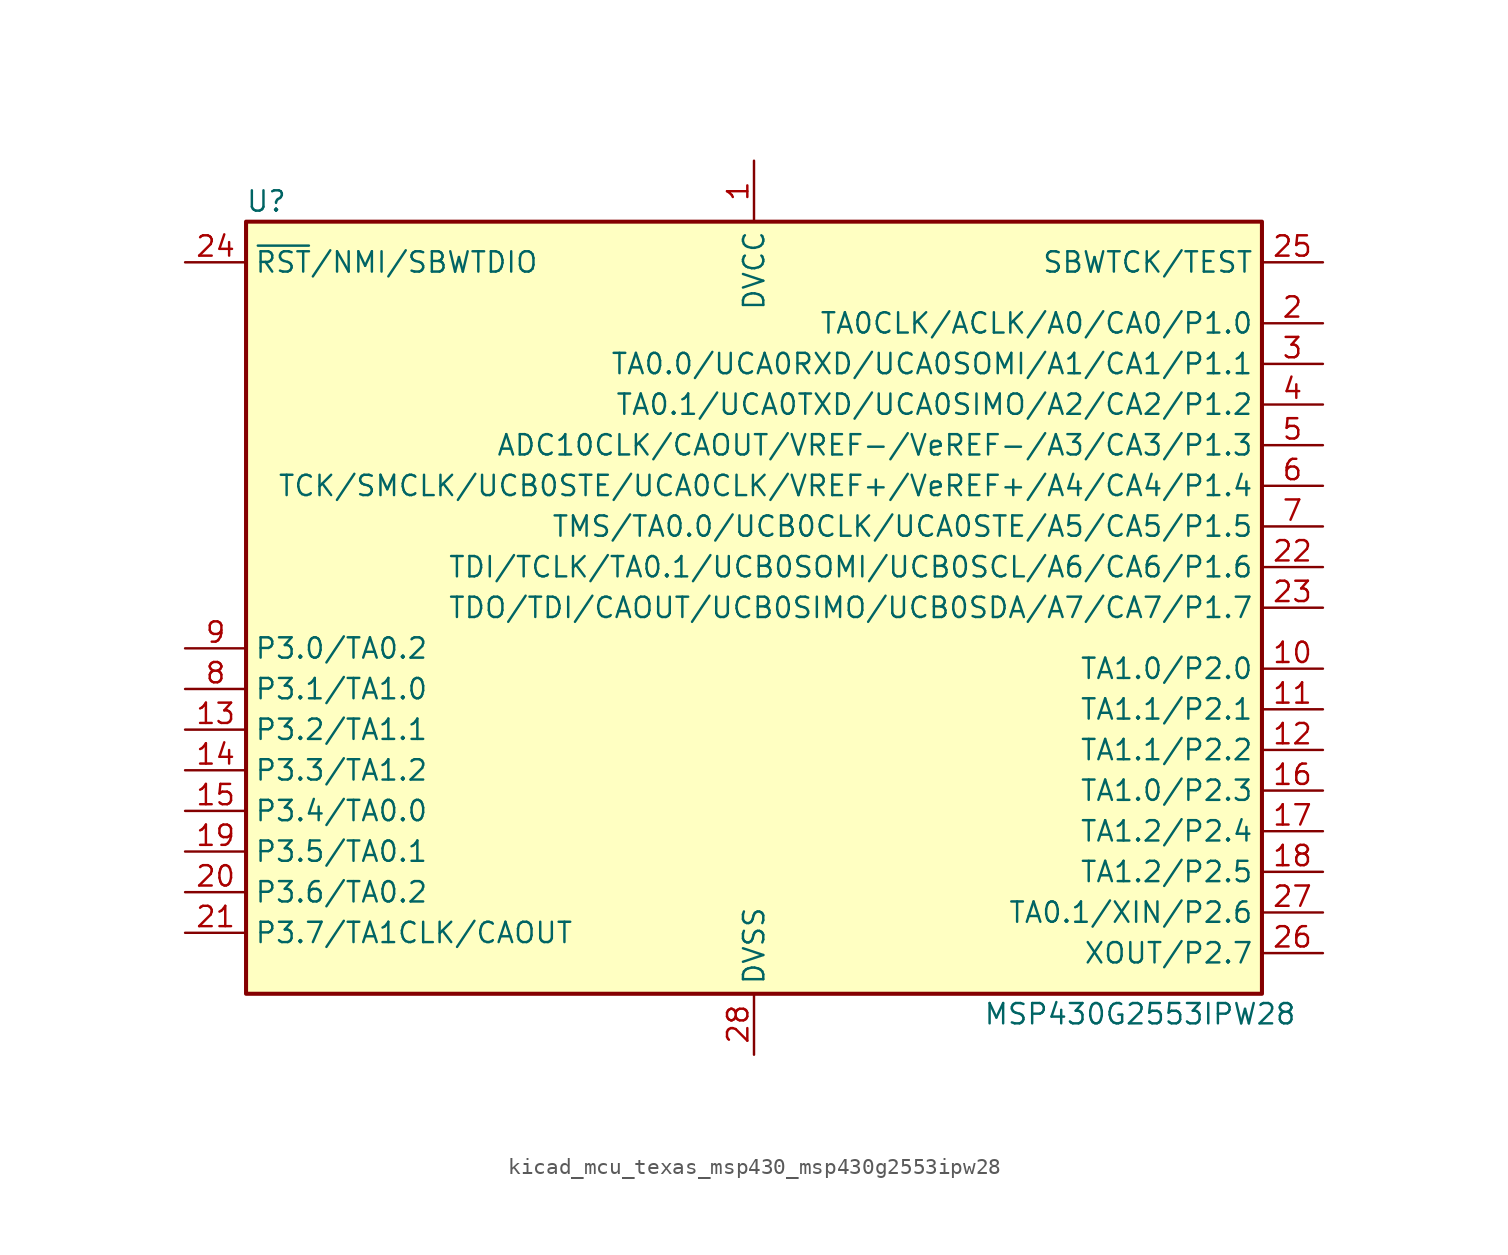
<source format=kicad_sym>
(kicad_symbol_lib
  (version 20220914)
  (generator kicad_symbol_editor)
  (symbol "kicad_mcu_texas_msp430_msp430g2553ipw28"
    (property "Reference" "U"
      (at -30.48 25.4 0)
      (effects (font (size 1.27 1.27))))
    (property "Value" "MSP430G2553IPW28"
      (at 24.13 -25.4 0)
      (effects (font (size 1.27 1.27))))
    (symbol "kicad_mcu_texas_msp430_msp430g2553ipw28_0_1"
      (rectangle (start -31.75 24.13) (end 31.75 -24.13) (stroke (width 0.254) (type default)) (fill (type background))))
    (symbol "kicad_mcu_texas_msp430_msp430g2553ipw28_1_1"
      (pin power_in line (at 0 27.94 270) (length 3.81) (name "DVCC" (effects (font (size 1.27 1.27)))) (number "1" (effects (font (size 1.27 1.27)))))
      (pin bidirectional line (at 35.56 -3.81 180) (length 3.81) (name "TA1.0/P2.0" (effects (font (size 1.27 1.27)))) (number "10" (effects (font (size 1.27 1.27)))))
      (pin bidirectional line (at 35.56 -6.35 180) (length 3.81) (name "TA1.1/P2.1" (effects (font (size 1.27 1.27)))) (number "11" (effects (font (size 1.27 1.27)))))
      (pin bidirectional line (at 35.56 -8.89 180) (length 3.81) (name "TA1.1/P2.2" (effects (font (size 1.27 1.27)))) (number "12" (effects (font (size 1.27 1.27)))))
      (pin bidirectional line (at -35.56 -7.62 0) (length 3.81) (name "P3.2/TA1.1" (effects (font (size 1.27 1.27)))) (number "13" (effects (font (size 1.27 1.27)))))
      (pin bidirectional line (at -35.56 -10.16 0) (length 3.81) (name "P3.3/TA1.2" (effects (font (size 1.27 1.27)))) (number "14" (effects (font (size 1.27 1.27)))))
      (pin bidirectional line (at -35.56 -12.7 0) (length 3.81) (name "P3.4/TA0.0" (effects (font (size 1.27 1.27)))) (number "15" (effects (font (size 1.27 1.27)))))
      (pin bidirectional line (at 35.56 -11.43 180) (length 3.81) (name "TA1.0/P2.3" (effects (font (size 1.27 1.27)))) (number "16" (effects (font (size 1.27 1.27)))))
      (pin bidirectional line (at 35.56 -13.97 180) (length 3.81) (name "TA1.2/P2.4" (effects (font (size 1.27 1.27)))) (number "17" (effects (font (size 1.27 1.27)))))
      (pin bidirectional line (at 35.56 -16.51 180) (length 3.81) (name "TA1.2/P2.5" (effects (font (size 1.27 1.27)))) (number "18" (effects (font (size 1.27 1.27)))))
      (pin bidirectional line (at -35.56 -15.24 0) (length 3.81) (name "P3.5/TA0.1" (effects (font (size 1.27 1.27)))) (number "19" (effects (font (size 1.27 1.27)))))
      (pin bidirectional line (at 35.56 17.78 180) (length 3.81) (name "TA0CLK/ACLK/A0/CA0/P1.0" (effects (font (size 1.27 1.27)))) (number "2" (effects (font (size 1.27 1.27)))))
      (pin bidirectional line (at -35.56 -17.78 0) (length 3.81) (name "P3.6/TA0.2" (effects (font (size 1.27 1.27)))) (number "20" (effects (font (size 1.27 1.27)))))
      (pin bidirectional line (at -35.56 -20.32 0) (length 3.81) (name "P3.7/TA1CLK/CAOUT" (effects (font (size 1.27 1.27)))) (number "21" (effects (font (size 1.27 1.27)))))
      (pin bidirectional line (at 35.56 2.54 180) (length 3.81) (name "TDI/TCLK/TA0.1/UCB0SOMI/UCB0SCL/A6/CA6/P1.6" (effects (font (size 1.27 1.27)))) (number "22" (effects (font (size 1.27 1.27)))))
      (pin bidirectional line (at 35.56 0 180) (length 3.81) (name "TDO/TDI/CAOUT/UCB0SIMO/UCB0SDA/A7/CA7/P1.7" (effects (font (size 1.27 1.27)))) (number "23" (effects (font (size 1.27 1.27)))))
      (pin input line (at -35.56 21.59 0) (length 3.81) (name "~{RST}/NMI/SBWTDIO" (effects (font (size 1.27 1.27)))) (number "24" (effects (font (size 1.27 1.27)))))
      (pin input line (at 35.56 21.59 180) (length 3.81) (name "SBWTCK/TEST" (effects (font (size 1.27 1.27)))) (number "25" (effects (font (size 1.27 1.27)))))
      (pin bidirectional line (at 35.56 -21.59 180) (length 3.81) (name "XOUT/P2.7" (effects (font (size 1.27 1.27)))) (number "26" (effects (font (size 1.27 1.27)))))
      (pin bidirectional line (at 35.56 -19.05 180) (length 3.81) (name "TA0.1/XIN/P2.6" (effects (font (size 1.27 1.27)))) (number "27" (effects (font (size 1.27 1.27)))))
      (pin power_in line (at 0 -27.94 90) (length 3.81) (name "DVSS" (effects (font (size 1.27 1.27)))) (number "28" (effects (font (size 1.27 1.27)))))
      (pin bidirectional line (at 35.56 15.24 180) (length 3.81) (name "TA0.0/UCA0RXD/UCA0SOMI/A1/CA1/P1.1" (effects (font (size 1.27 1.27)))) (number "3" (effects (font (size 1.27 1.27)))))
      (pin bidirectional line (at 35.56 12.7 180) (length 3.81) (name "TA0.1/UCA0TXD/UCA0SIMO/A2/CA2/P1.2" (effects (font (size 1.27 1.27)))) (number "4" (effects (font (size 1.27 1.27)))))
      (pin bidirectional line (at 35.56 10.16 180) (length 3.81) (name "ADC10CLK/CAOUT/VREF-/VeREF-/A3/CA3/P1.3" (effects (font (size 1.27 1.27)))) (number "5" (effects (font (size 1.27 1.27)))))
      (pin bidirectional line (at 35.56 7.62 180) (length 3.81) (name "TCK/SMCLK/UCB0STE/UCA0CLK/VREF+/VeREF+/A4/CA4/P1.4" (effects (font (size 1.27 1.27)))) (number "6" (effects (font (size 1.27 1.27)))))
      (pin bidirectional line (at 35.56 5.08 180) (length 3.81) (name "TMS/TA0.0/UCB0CLK/UCA0STE/A5/CA5/P1.5" (effects (font (size 1.27 1.27)))) (number "7" (effects (font (size 1.27 1.27)))))
      (pin bidirectional line (at -35.56 -5.08 0) (length 3.81) (name "P3.1/TA1.0" (effects (font (size 1.27 1.27)))) (number "8" (effects (font (size 1.27 1.27)))))
      (pin bidirectional line (at -35.56 -2.54 0) (length 3.81) (name "P3.0/TA0.2" (effects (font (size 1.27 1.27)))) (number "9" (effects (font (size 1.27 1.27))))))))
</source>
